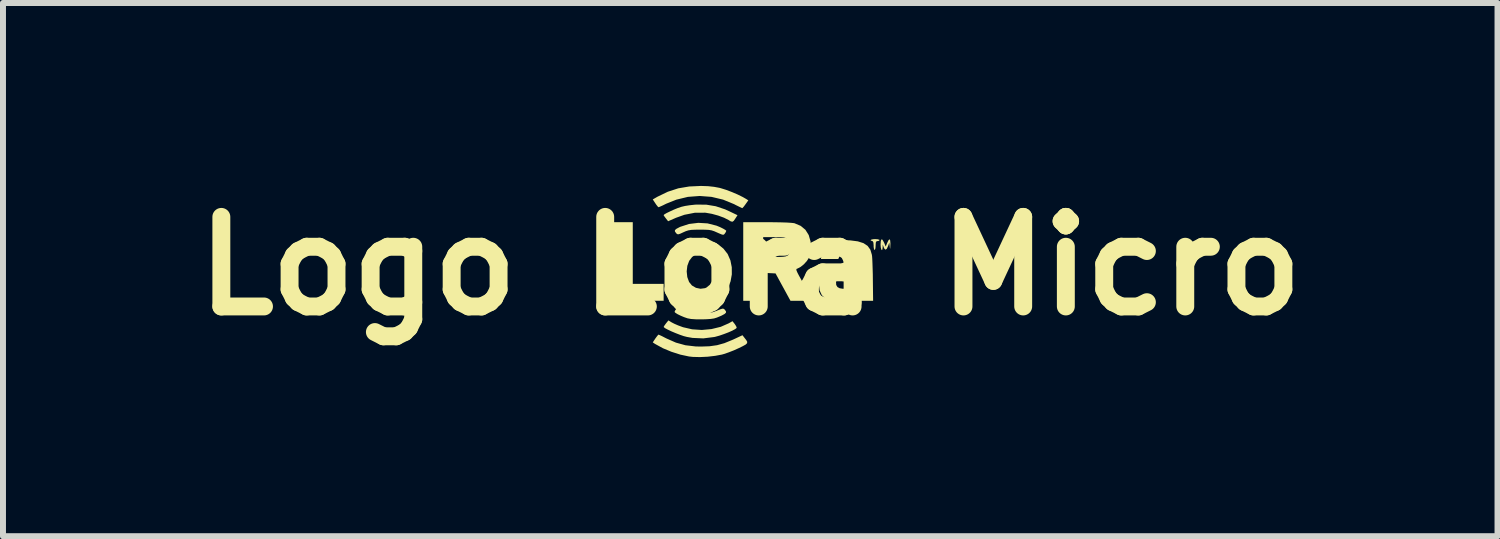
<source format=kicad_pcb>
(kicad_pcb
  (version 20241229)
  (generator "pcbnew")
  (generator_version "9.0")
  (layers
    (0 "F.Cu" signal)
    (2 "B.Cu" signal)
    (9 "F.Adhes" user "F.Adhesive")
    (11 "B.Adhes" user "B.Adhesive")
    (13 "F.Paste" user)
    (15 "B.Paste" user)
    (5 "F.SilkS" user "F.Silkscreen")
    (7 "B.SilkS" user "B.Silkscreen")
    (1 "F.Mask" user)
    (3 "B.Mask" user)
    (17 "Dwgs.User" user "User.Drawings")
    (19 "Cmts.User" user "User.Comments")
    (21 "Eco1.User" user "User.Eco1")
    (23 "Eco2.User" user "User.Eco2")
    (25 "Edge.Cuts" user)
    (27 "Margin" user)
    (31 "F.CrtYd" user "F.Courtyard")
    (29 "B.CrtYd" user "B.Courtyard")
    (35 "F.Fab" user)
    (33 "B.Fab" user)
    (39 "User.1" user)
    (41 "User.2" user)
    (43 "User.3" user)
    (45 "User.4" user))
  (footprint "Logo Lora Micro"
    (layer "F.Cu")
    (at 9.514 1.404)
    (property "Reference" "Logo Lora Micro" (at 0 0 0) (layer "F.SilkS") (effects (font (size 1.5 1.5) (thickness 0.3))))
    (attr board_only exclude_from_pos_files exclude_from_bom)
    (fp_poly (pts (xy -1.967 -0.217) (xy -1.967 0.3) (xy -1.708 0.3) (xy -1.45 0.3) (xy -1.45 0.442) (xy -1.45 0.583) (xy -1.875 0.583) (xy -2.3 0.583) (xy -2.3 -0.075) (xy -2.3 -0.733) (xy -2.133 -0.733) (xy -1.967 -0.733)) (stroke (width 0) (type solid)) (fill yes) (layer "F.SilkS"))
    (fp_poly (pts (xy 2.136 -0.447) (xy 2.163 -0.438) (xy 2.167 -0.433) (xy 2.153 -0.42) (xy 2.133 -0.417) (xy 2.113 -0.412) (xy 2.103 -0.391) (xy 2.1 -0.347) (xy 2.1 -0.342) (xy 2.097 -0.297) (xy 2.088 -0.27) (xy 2.083 -0.267) (xy 2.073 -0.282) (xy 2.067 -0.319) (xy 2.067 -0.342) (xy 2.063 -0.391) (xy 2.052 -0.414) (xy 2.042 -0.417) (xy 2.019 -0.426) (xy 2.017 -0.433) (xy 2.032 -0.443) (xy 2.069 -0.449) (xy 2.092 -0.45)) (stroke (width 0) (type solid)) (fill yes) (layer "F.SilkS"))
    (fp_poly (pts (xy 2.344 -0.428) (xy 2.348 -0.376) (xy 2.347 -0.354) (xy 2.345 -0.305) (xy 2.343 -0.287) (xy 2.34 -0.299) (xy 2.337 -0.325) (xy 2.329 -0.392) (xy 2.309 -0.334) (xy 2.287 -0.287) (xy 2.266 -0.273) (xy 2.245 -0.291) (xy 2.236 -0.312) (xy 2.219 -0.358) (xy 2.218 -0.312) (xy 2.213 -0.274) (xy 2.204 -0.265) (xy 2.194 -0.279) (xy 2.186 -0.313) (xy 2.183 -0.358) (xy 2.187 -0.418) (xy 2.197 -0.445) (xy 2.214 -0.44) (xy 2.236 -0.402) (xy 2.243 -0.388) (xy 2.269 -0.325) (xy 2.295 -0.388) (xy 2.317 -0.433) (xy 2.334 -0.447)) (stroke (width 0) (type solid)) (fill yes) (layer "F.SilkS"))
    (fp_poly (pts (xy -0.733 -1.026) (xy -0.577 -1) (xy -0.421 -0.948) (xy -0.353 -0.917) (xy -0.213 -0.85) (xy -0.248 -0.796) (xy -0.276 -0.755) (xy -0.3 -0.74) (xy -0.331 -0.749) (xy -0.362 -0.769) (xy -0.439 -0.808) (xy -0.537 -0.844) (xy -0.643 -0.873) (xy -0.745 -0.891) (xy -0.757 -0.892) (xy -0.928 -0.891) (xy -1.102 -0.857) (xy -1.242 -0.807) (xy -1.375 -0.749) (xy -1.412 -0.796) (xy -1.437 -0.829) (xy -1.45 -0.85) (xy -1.45 -0.852) (xy -1.436 -0.865) (xy -1.398 -0.887) (xy -1.344 -0.913) (xy -1.281 -0.942) (xy -1.218 -0.968) (xy -1.16 -0.988) (xy -1.15 -0.991) (xy -1.09 -1.005) (xy -1.012 -1.017) (xy -0.928 -1.026) (xy -0.9 -1.028)) (stroke (width 0) (type solid)) (fill yes) (layer "F.SilkS"))
    (fp_poly (pts (xy -1.314 0.946) (xy -1.271 0.968) (xy -1.209 0.995) (xy -1.139 1.021) (xy -1.125 1.026) (xy -0.973 1.061) (xy -0.811 1.072) (xy -0.649 1.057) (xy -0.493 1.019) (xy -0.361 0.961) (xy -0.297 0.925) (xy -0.258 0.974) (xy -0.235 1.01) (xy -0.227 1.035) (xy -0.228 1.039) (xy -0.253 1.058) (xy -0.301 1.084) (xy -0.367 1.113) (xy -0.441 1.141) (xy -0.516 1.167) (xy -0.585 1.186) (xy -0.603 1.19) (xy -0.786 1.213) (xy -0.966 1.205) (xy -1.058 1.189) (xy -1.113 1.175) (xy -1.179 1.152) (xy -1.251 1.124) (xy -1.32 1.095) (xy -1.381 1.066) (xy -1.426 1.042) (xy -1.448 1.024) (xy -1.449 1.02) (xy -1.439 1.001) (xy -1.415 0.968) (xy -1.409 0.96) (xy -1.37 0.912)) (stroke (width 0) (type solid)) (fill yes) (layer "F.SilkS"))
    (fp_poly (pts (xy -0.715 -0.713) (xy -0.565 -0.675) (xy -0.504 -0.65) (xy -0.452 -0.624) (xy -0.415 -0.602) (xy -0.401 -0.589) (xy -0.401 -0.588) (xy -0.41 -0.566) (xy -0.425 -0.543) (xy -0.439 -0.527) (xy -0.455 -0.522) (xy -0.482 -0.529) (xy -0.527 -0.548) (xy -0.554 -0.56) (xy -0.604 -0.582) (xy -0.647 -0.596) (xy -0.694 -0.604) (xy -0.754 -0.607) (xy -0.837 -0.608) (xy -0.842 -0.608) (xy -0.927 -0.607) (xy -0.988 -0.604) (xy -1.035 -0.596) (xy -1.077 -0.583) (xy -1.12 -0.564) (xy -1.172 -0.54) (xy -1.203 -0.53) (xy -1.223 -0.533) (xy -1.239 -0.547) (xy -1.24 -0.549) (xy -1.261 -0.577) (xy -1.261 -0.6) (xy -1.236 -0.622) (xy -1.185 -0.649) (xy -1.17 -0.656) (xy -1.025 -0.703) (xy -0.87 -0.722)) (stroke (width 0) (type solid)) (fill yes) (layer "F.SilkS"))
    (fp_poly (pts (xy -0.704 -1.336) (xy -0.605 -1.325) (xy -0.514 -1.308) (xy -0.492 -1.302) (xy -0.405 -1.275) (xy -0.307 -1.238) (xy -0.209 -1.196) (xy -0.124 -1.154) (xy -0.07 -1.123) (xy -0.032 -1.099) (xy -0.079 -1.033) (xy -0.107 -0.995) (xy -0.128 -0.972) (xy -0.133 -0.968) (xy -0.151 -0.976) (xy -0.191 -0.995) (xy -0.246 -1.022) (xy -0.27 -1.035) (xy -0.455 -1.111) (xy -0.648 -1.157) (xy -0.846 -1.172) (xy -1.044 -1.157) (xy -1.238 -1.11) (xy -1.408 -1.042) (xy -1.464 -1.014) (xy -1.509 -0.994) (xy -1.533 -0.984) (xy -1.535 -0.983) (xy -1.55 -0.996) (xy -1.575 -1.028) (xy -1.589 -1.049) (xy -1.632 -1.114) (xy -1.554 -1.159) (xy -1.38 -1.243) (xy -1.205 -1.3) (xy -1.021 -1.331) (xy -0.825 -1.34)) (stroke (width 0) (type solid)) (fill yes) (layer "F.SilkS"))
    (fp_poly (pts (xy -1.518 1.157) (xy -1.477 1.176) (xy -1.423 1.204) (xy -1.401 1.215) (xy -1.244 1.284) (xy -1.085 1.328) (xy -0.914 1.348) (xy -0.827 1.35) (xy -0.682 1.345) (xy -0.555 1.327) (xy -0.433 1.293) (xy -0.303 1.24) (xy -0.278 1.229) (xy -0.13 1.16) (xy -0.098 1.201) (xy -0.066 1.242) (xy -0.05 1.271) (xy -0.053 1.294) (xy -0.077 1.317) (xy -0.126 1.344) (xy -0.187 1.374) (xy -0.271 1.412) (xy -0.363 1.448) (xy -0.446 1.476) (xy -0.474 1.484) (xy -0.586 1.505) (xy -0.714 1.52) (xy -0.843 1.526) (xy -0.961 1.523) (xy -1.025 1.516) (xy -1.17 1.485) (xy -1.32 1.437) (xy -1.462 1.378) (xy -1.584 1.311) (xy -1.595 1.305) (xy -1.632 1.28) (xy -1.589 1.215) (xy -1.561 1.177) (xy -1.541 1.153) (xy -1.536 1.15)) (stroke (width 0) (type solid)) (fill yes) (layer "F.SilkS"))
    (fp_poly (pts (xy -1.187 0.712) (xy -1.141 0.729) (xy -1.107 0.743) (xy -1.047 0.767) (xy -0.995 0.781) (xy -0.939 0.788) (xy -0.866 0.791) (xy -0.825 0.791) (xy -0.741 0.79) (xy -0.678 0.785) (xy -0.626 0.774) (xy -0.573 0.755) (xy -0.555 0.748) (xy -0.499 0.725) (xy -0.465 0.715) (xy -0.445 0.717) (xy -0.429 0.729) (xy -0.426 0.733) (xy -0.406 0.76) (xy -0.406 0.782) (xy -0.429 0.804) (xy -0.479 0.831) (xy -0.504 0.842) (xy -0.557 0.864) (xy -0.605 0.879) (xy -0.659 0.887) (xy -0.729 0.892) (xy -0.792 0.894) (xy -0.902 0.894) (xy -0.991 0.888) (xy -1.05 0.877) (xy -1.108 0.857) (xy -1.167 0.832) (xy -1.218 0.807) (xy -1.254 0.784) (xy -1.267 0.77) (xy -1.258 0.747) (xy -1.244 0.726) (xy -1.231 0.711) (xy -1.215 0.706)) (stroke (width 0) (type solid)) (fill yes) (layer "F.SilkS"))
    (fp_poly (pts (xy -0.711 -0.417) (xy -0.611 -0.394) (xy -0.527 -0.353) (xy -0.45 -0.291) (xy -0.447 -0.288) (xy -0.378 -0.2) (xy -0.332 -0.094) (xy -0.309 0.021) (xy -0.308 0.141) (xy -0.329 0.258) (xy -0.371 0.365) (xy -0.435 0.458) (xy -0.487 0.506) (xy -0.576 0.556) (xy -0.685 0.592) (xy -0.803 0.609) (xy -0.919 0.607) (xy -0.964 0.6) (xy -1.09 0.558) (xy -1.194 0.492) (xy -1.277 0.399) (xy -1.323 0.318) (xy -1.347 0.236) (xy -1.359 0.136) (xy -1.358 0.091) (xy -1.064 0.091) (xy -1.054 0.186) (xy -1.024 0.268) (xy -0.976 0.327) (xy -0.909 0.366) (xy -0.833 0.382) (xy -0.757 0.372) (xy -0.734 0.362) (xy -0.676 0.315) (xy -0.635 0.247) (xy -0.61 0.165) (xy -0.604 0.076) (xy -0.615 -0.011) (xy -0.646 -0.09) (xy -0.693 -0.149) (xy -0.738 -0.182) (xy -0.783 -0.197) (xy -0.833 -0.2) (xy -0.892 -0.196) (xy -0.936 -0.178) (xy -0.973 -0.15) (xy -1.022 -0.086) (xy -1.053 -0.003) (xy -1.064 0.091) (xy -1.358 0.091) (xy -1.357 0.03) (xy -1.343 -0.069) (xy -1.32 -0.142) (xy -1.254 -0.248) (xy -1.164 -0.335) (xy -1.077 -0.386) (xy -1.027 -0.406) (xy -0.977 -0.418) (xy -0.915 -0.423) (xy -0.833 -0.424)) (stroke (width 0) (type solid)) (fill yes) (layer "F.SilkS"))
    (fp_poly (pts (xy 0.279 -0.733) (xy 0.405 -0.732) (xy 0.519 -0.73) (xy 0.614 -0.727) (xy 0.688 -0.722) (xy 0.734 -0.717) (xy 0.742 -0.715) (xy 0.844 -0.672) (xy 0.924 -0.606) (xy 0.98 -0.517) (xy 1.011 -0.408) (xy 1.016 -0.326) (xy 1.007 -0.215) (xy 0.985 -0.14) (xy 0.95 -0.085) (xy 0.9 -0.029) (xy 0.844 0.016) (xy 0.793 0.043) (xy 0.789 0.044) (xy 0.777 0.049) (xy 0.772 0.059) (xy 0.776 0.079) (xy 0.791 0.113) (xy 0.818 0.165) (xy 0.86 0.24) (xy 0.883 0.28) (xy 0.929 0.362) (xy 0.97 0.435) (xy 1.003 0.495) (xy 1.025 0.535) (xy 1.031 0.546) (xy 1.051 0.583) (xy 0.862 0.583) (xy 0.674 0.583) (xy 0.549 0.354) (xy 0.424 0.125) (xy 0.32 0.12) (xy 0.217 0.115) (xy 0.217 0.349) (xy 0.217 0.583) (xy 0.05 0.583) (xy -0.117 0.583) (xy -0.117 -0.075) (xy -0.117 -0.483) (xy 0.217 -0.483) (xy 0.217 -0.317) (xy 0.217 -0.15) (xy 0.406 -0.15) (xy 0.493 -0.151) (xy 0.553 -0.154) (xy 0.593 -0.16) (xy 0.62 -0.171) (xy 0.634 -0.18) (xy 0.661 -0.215) (xy 0.676 -0.27) (xy 0.679 -0.296) (xy 0.682 -0.349) (xy 0.675 -0.384) (xy 0.654 -0.415) (xy 0.637 -0.433) (xy 0.613 -0.455) (xy 0.592 -0.469) (xy 0.564 -0.478) (xy 0.524 -0.482) (xy 0.463 -0.483) (xy 0.401 -0.483) (xy 0.217 -0.483) (xy -0.117 -0.483) (xy -0.117 -0.733)) (stroke (width 0) (type solid)) (fill yes) (layer "F.SilkS"))
    (fp_poly (pts (xy 1.679 -0.428) (xy 1.802 -0.412) (xy 1.897 -0.382) (xy 1.966 -0.336) (xy 2.012 -0.272) (xy 2.037 -0.188) (xy 2.041 -0.159) (xy 2.044 -0.116) (xy 2.047 -0.046) (xy 2.05 0.043) (xy 2.053 0.145) (xy 2.054 0.253) (xy 2.054 0.254) (xy 2.058 0.583) (xy 1.921 0.583) (xy 1.853 0.583) (xy 1.813 0.58) (xy 1.792 0.574) (xy 1.784 0.56) (xy 1.783 0.541) (xy 1.783 0.498) (xy 1.738 0.53) (xy 1.687 0.557) (xy 1.619 0.584) (xy 1.547 0.604) (xy 1.485 0.615) (xy 1.468 0.616) (xy 1.425 0.61) (xy 1.37 0.597) (xy 1.352 0.592) (xy 1.262 0.55) (xy 1.199 0.489) (xy 1.162 0.408) (xy 1.152 0.307) (xy 1.153 0.291) (xy 1.158 0.266) (xy 1.437 0.266) (xy 1.44 0.318) (xy 1.461 0.353) (xy 1.497 0.373) (xy 1.551 0.382) (xy 1.608 0.381) (xy 1.656 0.369) (xy 1.667 0.362) (xy 1.721 0.299) (xy 1.748 0.22) (xy 1.75 0.188) (xy 1.747 0.145) (xy 1.739 0.119) (xy 1.735 0.117) (xy 1.698 0.123) (xy 1.643 0.139) (xy 1.581 0.161) (xy 1.523 0.185) (xy 1.48 0.207) (xy 1.466 0.218) (xy 1.437 0.266) (xy 1.158 0.266) (xy 1.172 0.192) (xy 1.215 0.114) (xy 1.285 0.055) (xy 1.32 0.036) (xy 1.401 0.004) (xy 1.502 -0.025) (xy 1.612 -0.049) (xy 1.672 -0.058) (xy 1.752 -0.069) (xy 1.747 -0.139) (xy 1.739 -0.187) (xy 1.72 -0.215) (xy 1.693 -0.231) (xy 1.628 -0.247) (xy 1.567 -0.235) (xy 1.518 -0.199) (xy 1.5 -0.171) (xy 1.475 -0.117) (xy 1.33 -0.117) (xy 1.184 -0.117) (xy 1.194 -0.171) (xy 1.226 -0.265) (xy 1.281 -0.338) (xy 1.36 -0.39) (xy 1.464 -0.421) (xy 1.593 -0.431)) (stroke (width 0) (type solid)) (fill yes) (layer "F.SilkS")))
  (gr_rect
    (start -3 -3)
    (end 22.029 5.93)
    (stroke (width 0.1) (type default))
    (fill no)
    (layer "Edge.Cuts")))
</source>
